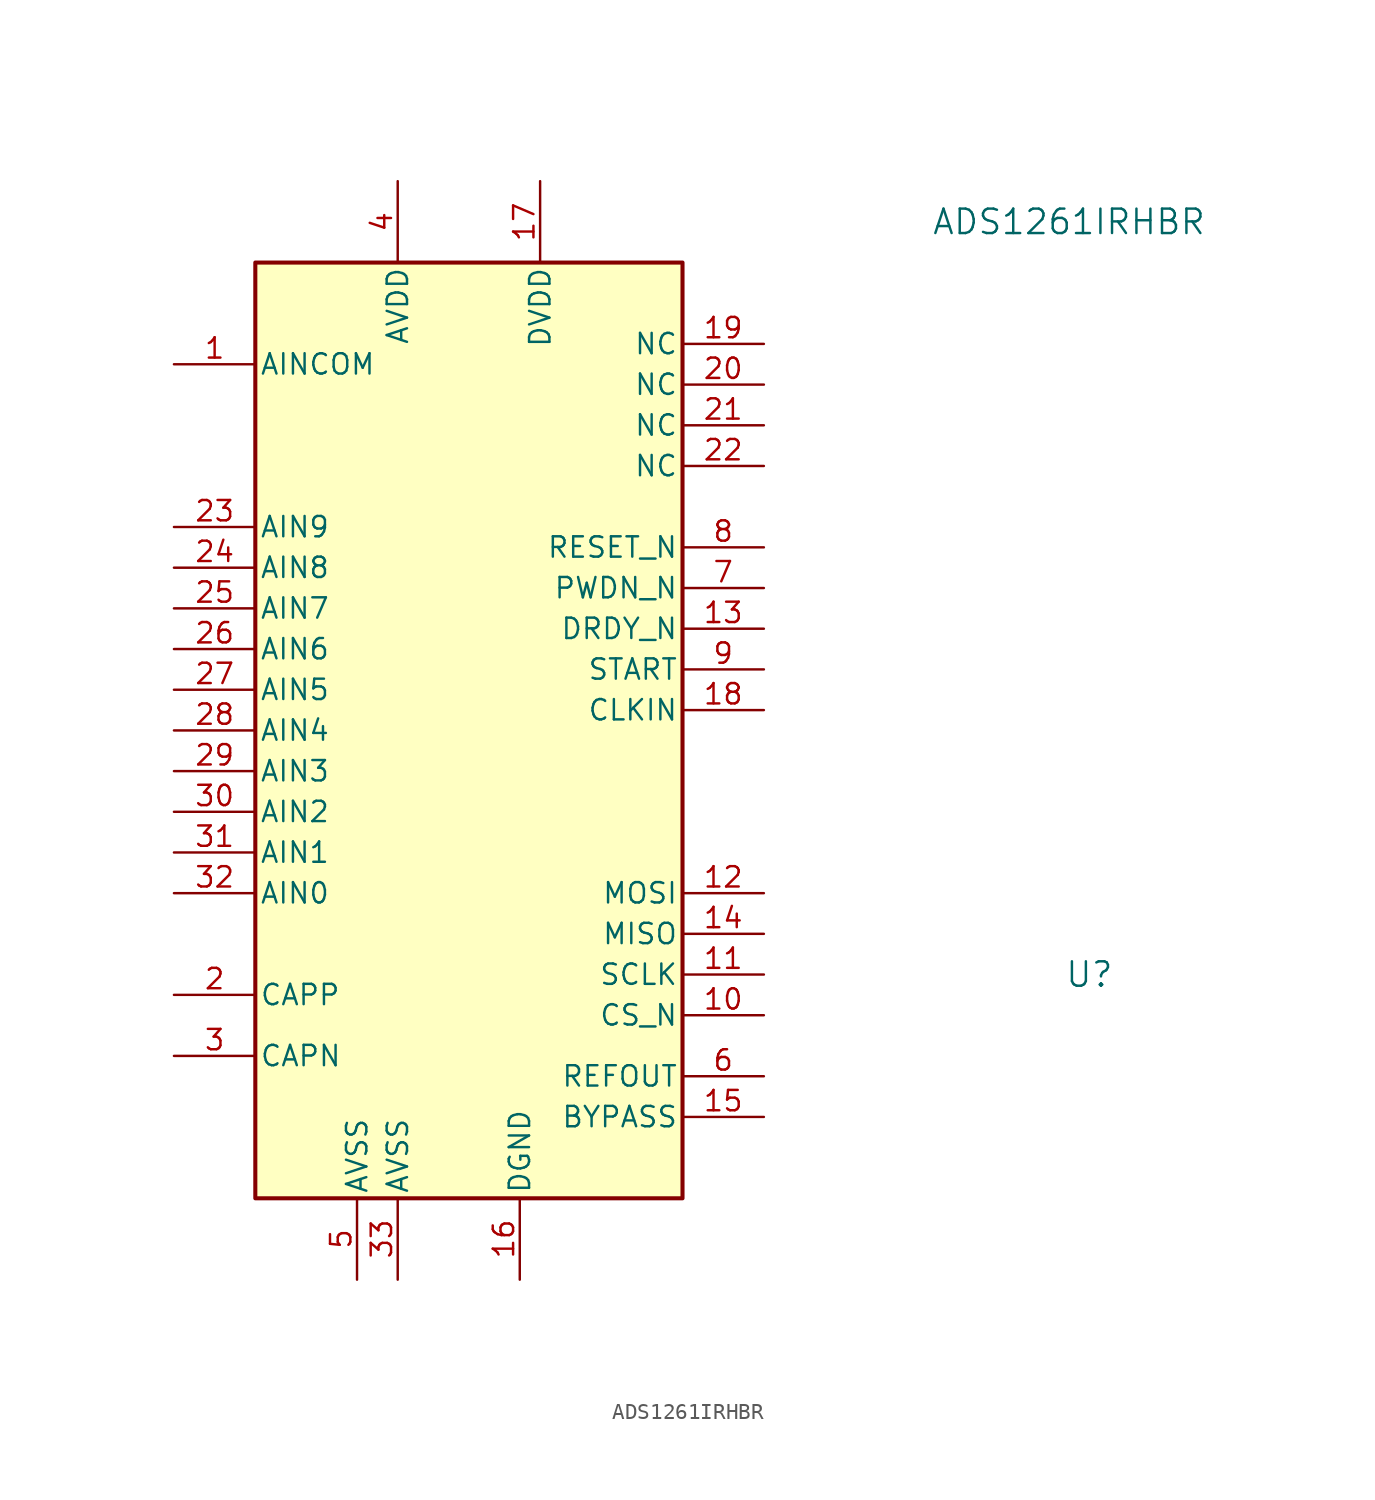
<source format=kicad_sym>
(kicad_symbol_lib
  (version 20220914)
  (generator kicad_symbol_editor)
  (symbol "ADS1261IRHBR"
    (pin_names
      (offset 0.254))
    (property "Reference" "U"
      (at 43.18 11.43 0)
      (effects (font (size 1.524 1.524))))
    (property "Value" "ADS1261IRHBR"
      (at 41.91 58.42 0)
      (effects (font (size 1.524 1.524))))
    (symbol "ADS1261IRHBR_0_1"
      (pin input line (at -13.97 49.53 0) (length 5.08) (name "AINCOM" (effects (font (size 1.27 1.27)))) (number "1" (effects (font (size 1.27 1.27)))))
      (pin input line (at 22.86 8.89 180) (length 5.08) (name "CS_N" (effects (font (size 1.27 1.27)))) (number "10" (effects (font (size 1.27 1.27)))))
      (pin input line (at 22.86 11.43 180) (length 5.08) (name "SCLK" (effects (font (size 1.27 1.27)))) (number "11" (effects (font (size 1.27 1.27)))))
      (pin output line (at 22.86 33.02 180) (length 5.08) (name "DRDY_N" (effects (font (size 1.27 1.27)))) (number "13" (effects (font (size 1.27 1.27)))))
      (pin power_in line (at 7.62 -7.62 90) (length 5.08) (name "DGND" (effects (font (size 1.27 1.27)))) (number "16" (effects (font (size 1.27 1.27)))))
      (pin power_in line (at 8.89 60.96 270) (length 5.08) (name "DVDD" (effects (font (size 1.27 1.27)))) (number "17" (effects (font (size 1.27 1.27)))))
      (pin input line (at 22.86 27.94 180) (length 5.08) (name "CLKIN" (effects (font (size 1.27 1.27)))) (number "18" (effects (font (size 1.27 1.27)))))
      (pin unspecified line (at 22.86 50.8 180) (length 5.08) (name "NC" (effects (font (size 1.27 1.27)))) (number "19" (effects (font (size 1.27 1.27)))))
      (pin unspecified line (at 22.86 48.26 180) (length 5.08) (name "NC" (effects (font (size 1.27 1.27)))) (number "20" (effects (font (size 1.27 1.27)))))
      (pin unspecified line (at 22.86 45.72 180) (length 5.08) (name "NC" (effects (font (size 1.27 1.27)))) (number "21" (effects (font (size 1.27 1.27)))))
      (pin unspecified line (at 22.86 43.18 180) (length 5.08) (name "NC" (effects (font (size 1.27 1.27)))) (number "22" (effects (font (size 1.27 1.27)))))
      (pin input line (at -13.97 39.37 0) (length 5.08) (name "AIN9" (effects (font (size 1.27 1.27)))) (number "23" (effects (font (size 1.27 1.27)))))
      (pin input line (at -13.97 36.83 0) (length 5.08) (name "AIN8" (effects (font (size 1.27 1.27)))) (number "24" (effects (font (size 1.27 1.27)))))
      (pin input line (at -13.97 34.29 0) (length 5.08) (name "AIN7" (effects (font (size 1.27 1.27)))) (number "25" (effects (font (size 1.27 1.27)))))
      (pin input line (at -13.97 31.75 0) (length 5.08) (name "AIN6" (effects (font (size 1.27 1.27)))) (number "26" (effects (font (size 1.27 1.27)))))
      (pin input line (at -13.97 29.21 0) (length 5.08) (name "AIN5" (effects (font (size 1.27 1.27)))) (number "27" (effects (font (size 1.27 1.27)))))
      (pin input line (at -13.97 26.67 0) (length 5.08) (name "AIN4" (effects (font (size 1.27 1.27)))) (number "28" (effects (font (size 1.27 1.27)))))
      (pin input line (at -13.97 24.13 0) (length 5.08) (name "AIN3" (effects (font (size 1.27 1.27)))) (number "29" (effects (font (size 1.27 1.27)))))
      (pin input line (at -13.97 21.59 0) (length 5.08) (name "AIN2" (effects (font (size 1.27 1.27)))) (number "30" (effects (font (size 1.27 1.27)))))
      (pin input line (at -13.97 19.05 0) (length 5.08) (name "AIN1" (effects (font (size 1.27 1.27)))) (number "31" (effects (font (size 1.27 1.27)))))
      (pin input line (at -13.97 16.51 0) (length 5.08) (name "AIN0" (effects (font (size 1.27 1.27)))) (number "32" (effects (font (size 1.27 1.27)))))
      (pin power_in line (at 0 -7.62 90) (length 5.08) (name "AVSS" (effects (font (size 1.27 1.27)))) (number "33" (effects (font (size 1.27 1.27)))))
      (pin power_in line (at 0 60.96 270) (length 5.08) (name "AVDD" (effects (font (size 1.27 1.27)))) (number "4" (effects (font (size 1.27 1.27)))))
      (pin power_in line (at -2.54 -7.62 90) (length 5.08) (name "AVSS" (effects (font (size 1.27 1.27)))) (number "5" (effects (font (size 1.27 1.27)))))
      (pin output line (at 22.86 5.08 180) (length 5.08) (name "REFOUT" (effects (font (size 1.27 1.27)))) (number "6" (effects (font (size 1.27 1.27)))))
      (pin input line (at 22.86 35.56 180) (length 5.08) (name "PWDN_N" (effects (font (size 1.27 1.27)))) (number "7" (effects (font (size 1.27 1.27)))))
      (pin input line (at 22.86 38.1 180) (length 5.08) (name "RESET_N" (effects (font (size 1.27 1.27)))) (number "8" (effects (font (size 1.27 1.27)))))
      (pin input line (at 22.86 30.48 180) (length 5.08) (name "START" (effects (font (size 1.27 1.27)))) (number "9" (effects (font (size 1.27 1.27))))))
    (symbol "ADS1261IRHBR_1_1"
      (rectangle (start -8.89 55.88) (end 17.78 -2.54) (stroke (width 0.254) (type default)) (fill (type background)))
      (pin input line (at 22.86 16.51 180) (length 5.08) (name "MOSI" (effects (font (size 1.27 1.27)))) (number "12" (effects (font (size 1.27 1.27)))))
      (pin output line (at 22.86 13.97 180) (length 5.08) (name "MISO" (effects (font (size 1.27 1.27)))) (number "14" (effects (font (size 1.27 1.27)))))
      (pin passive line (at 22.86 2.54 180) (length 5.08) (name "BYPASS" (effects (font (size 1.27 1.27)))) (number "15" (effects (font (size 1.27 1.27)))))
      (pin passive line (at -13.97 10.16 0) (length 5.08) (name "CAPP" (effects (font (size 1.27 1.27)))) (number "2" (effects (font (size 1.27 1.27)))))
      (pin passive line (at -13.97 6.35 0) (length 5.08) (name "CAPN" (effects (font (size 1.27 1.27)))) (number "3" (effects (font (size 1.27 1.27))))))))
</source>
